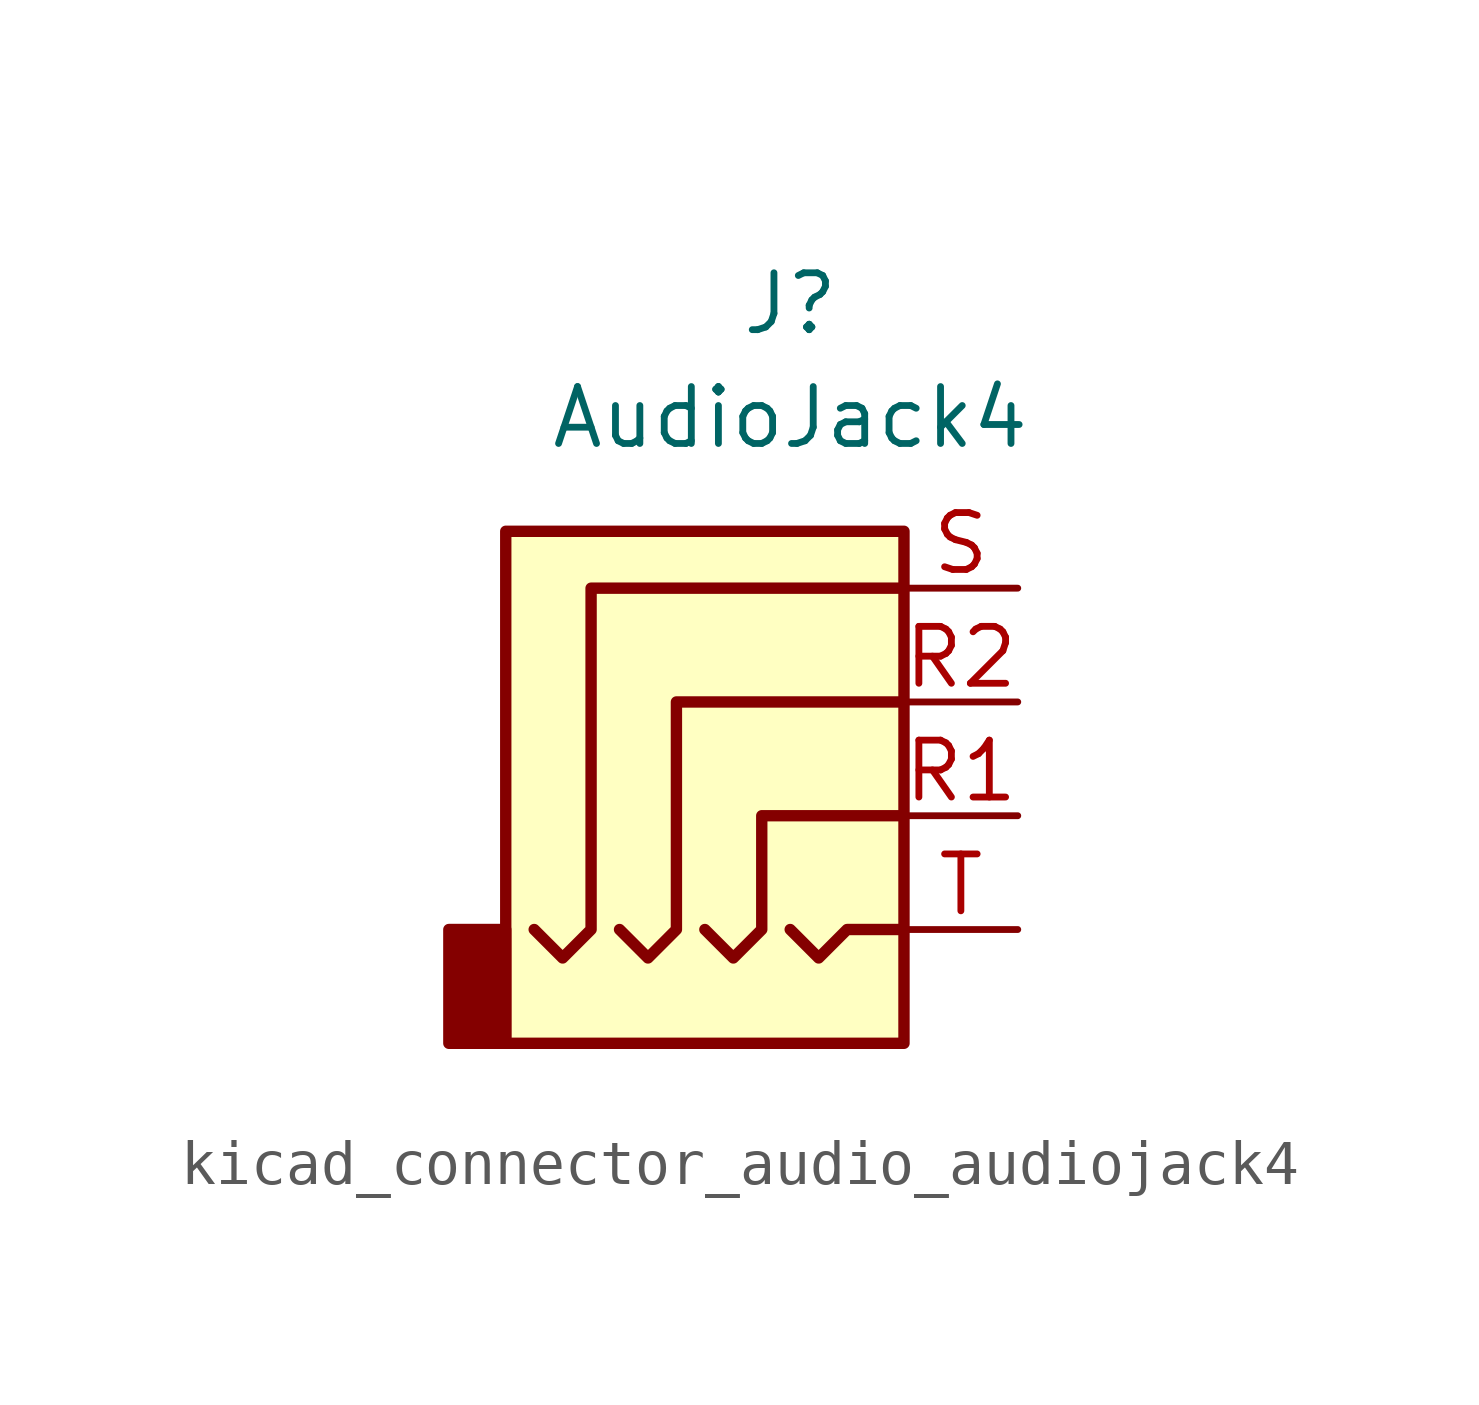
<source format=kicad_sym>
(kicad_symbol_lib
  (version 20220914)
  (generator kicad_symbol_editor)
  (symbol "kicad_connector_audio_audiojack4"
    (property "Reference" "J"
      (at 0 8.89 0)
      (effects (font (size 1.27 1.27))))
    (property "Value" "AudioJack4"
      (at 0 6.35 0)
      (effects (font (size 1.27 1.27))))
    (symbol "kicad_connector_audio_audiojack4_0_1"
      (rectangle (start -6.35 -5.08) (end -7.62 -7.62) (stroke (width 0.254) (type default)) (fill (type outline)))
      (polyline (pts (xy 0 -5.08) (xy 0.635 -5.715) (xy 1.27 -5.08) (xy 2.54 -5.08)) (stroke (width 0.254) (type default)) (fill (type none)))
      (polyline (pts (xy -5.715 -5.08) (xy -5.08 -5.715) (xy -4.445 -5.08) (xy -4.445 2.54) (xy 2.54 2.54)) (stroke (width 0.254) (type default)) (fill (type none)))
      (polyline (pts (xy -1.905 -5.08) (xy -1.27 -5.715) (xy -0.635 -5.08) (xy -0.635 -2.54) (xy 2.54 -2.54)) (stroke (width 0.254) (type default)) (fill (type none)))
      (polyline (pts (xy 2.54 0) (xy -2.54 0) (xy -2.54 -5.08) (xy -3.175 -5.715) (xy -3.81 -5.08)) (stroke (width 0.254) (type default)) (fill (type none)))
      (rectangle (start 2.54 3.81) (end -6.35 -7.62) (stroke (width 0.254) (type default)) (fill (type background))))
    (symbol "kicad_connector_audio_audiojack4_1_1"
      (pin passive line (at 5.08 -2.54 180) (length 2.54) (name "~" (effects (font (size 1.27 1.27)))) (number "R1" (effects (font (size 1.27 1.27)))))
      (pin passive line (at 5.08 0 180) (length 2.54) (name "~" (effects (font (size 1.27 1.27)))) (number "R2" (effects (font (size 1.27 1.27)))))
      (pin passive line (at 5.08 2.54 180) (length 2.54) (name "~" (effects (font (size 1.27 1.27)))) (number "S" (effects (font (size 1.27 1.27)))))
      (pin passive line (at 5.08 -5.08 180) (length 2.54) (name "~" (effects (font (size 1.27 1.27)))) (number "T" (effects (font (size 1.27 1.27))))))))
</source>
